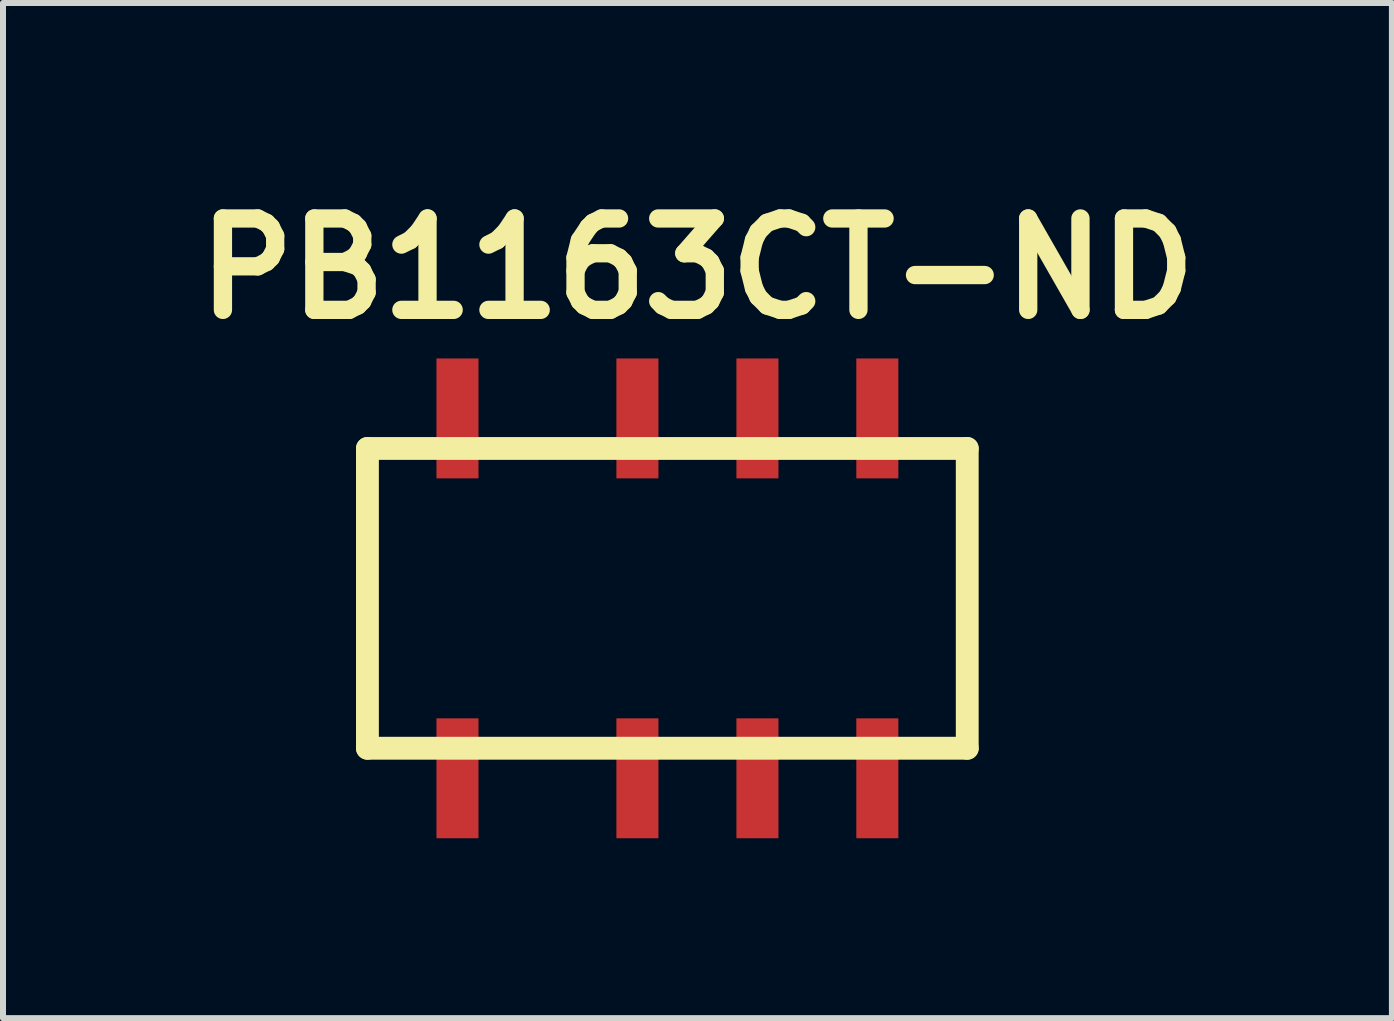
<source format=kicad_pcb>
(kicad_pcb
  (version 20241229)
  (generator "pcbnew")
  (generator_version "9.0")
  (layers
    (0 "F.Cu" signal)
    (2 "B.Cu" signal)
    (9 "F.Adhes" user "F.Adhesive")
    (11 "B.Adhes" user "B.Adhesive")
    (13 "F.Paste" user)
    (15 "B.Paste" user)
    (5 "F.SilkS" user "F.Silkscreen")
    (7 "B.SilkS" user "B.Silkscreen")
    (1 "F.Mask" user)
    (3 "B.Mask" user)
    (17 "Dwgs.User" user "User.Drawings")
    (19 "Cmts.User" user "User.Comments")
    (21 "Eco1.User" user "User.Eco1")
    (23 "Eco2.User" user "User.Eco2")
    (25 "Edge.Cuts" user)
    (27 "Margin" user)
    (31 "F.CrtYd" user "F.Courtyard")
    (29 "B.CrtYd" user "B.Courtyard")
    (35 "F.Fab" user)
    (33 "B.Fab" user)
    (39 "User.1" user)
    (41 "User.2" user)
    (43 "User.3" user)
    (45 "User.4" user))
  (footprint "PB1163CT-ND"
    (layer "F.Cu")
    (at 4.577 6.926)
    (property "Reference" "PB1163CT-ND" (at 4 -5.499 0) (layer "F.SilkS") (effects (font (size 1.524 1.524) (thickness 0.305))))
    (attr through_hole)
    (fp_line (start -1.501 -2.499) (end 8.499 -2.499) (stroke (width 0.381) (type solid)) (layer "F.SilkS"))
    (fp_line (start -1.501 2.499) (end -1.501 -2.499) (stroke (width 0.381) (type solid)) (layer "F.SilkS"))
    (fp_line (start 8.499 -2.499) (end 8.499 2.499) (stroke (width 0.381) (type solid)) (layer "F.SilkS"))
    (fp_line (start 8.499 2.499) (end -1.501 2.499) (stroke (width 0.381) (type solid)) (layer "F.SilkS"))
    (pad "1" smd rect (at 7 3) (size 0.701 1.999) (layers "F.Cu" "F.Mask" "F.Paste"))
    (pad "3" smd rect (at 3 3) (size 0.701 1.999) (layers "F.Cu" "F.Mask" "F.Paste"))
    (pad "5" smd rect (at 5.001 3) (size 0.701 1.999) (layers "F.Cu" "F.Mask" "F.Paste"))
    (pad "8" smd rect (at 0 -3) (size 0.701 1.999) (layers "F.Cu" "F.Mask" "F.Paste"))
    (pad "9" smd rect (at 0 3) (size 0.701 1.999) (layers "F.Cu" "F.Mask" "F.Paste"))
    (pad "12" smd rect (at 5.001 -3) (size 0.701 1.999) (layers "F.Cu" "F.Mask" "F.Paste"))
    (pad "14" smd rect (at 3 -3) (size 0.701 1.999) (layers "F.Cu" "F.Mask" "F.Paste"))
    (pad "16" smd rect (at 7 -3) (size 0.701 1.999) (layers "F.Cu" "F.Mask" "F.Paste")))
  (gr_rect
    (start -3 -3)
    (end 20.156 13.925)
    (stroke (width 0.1) (type default))
    (fill no)
    (layer "Edge.Cuts")))
</source>
